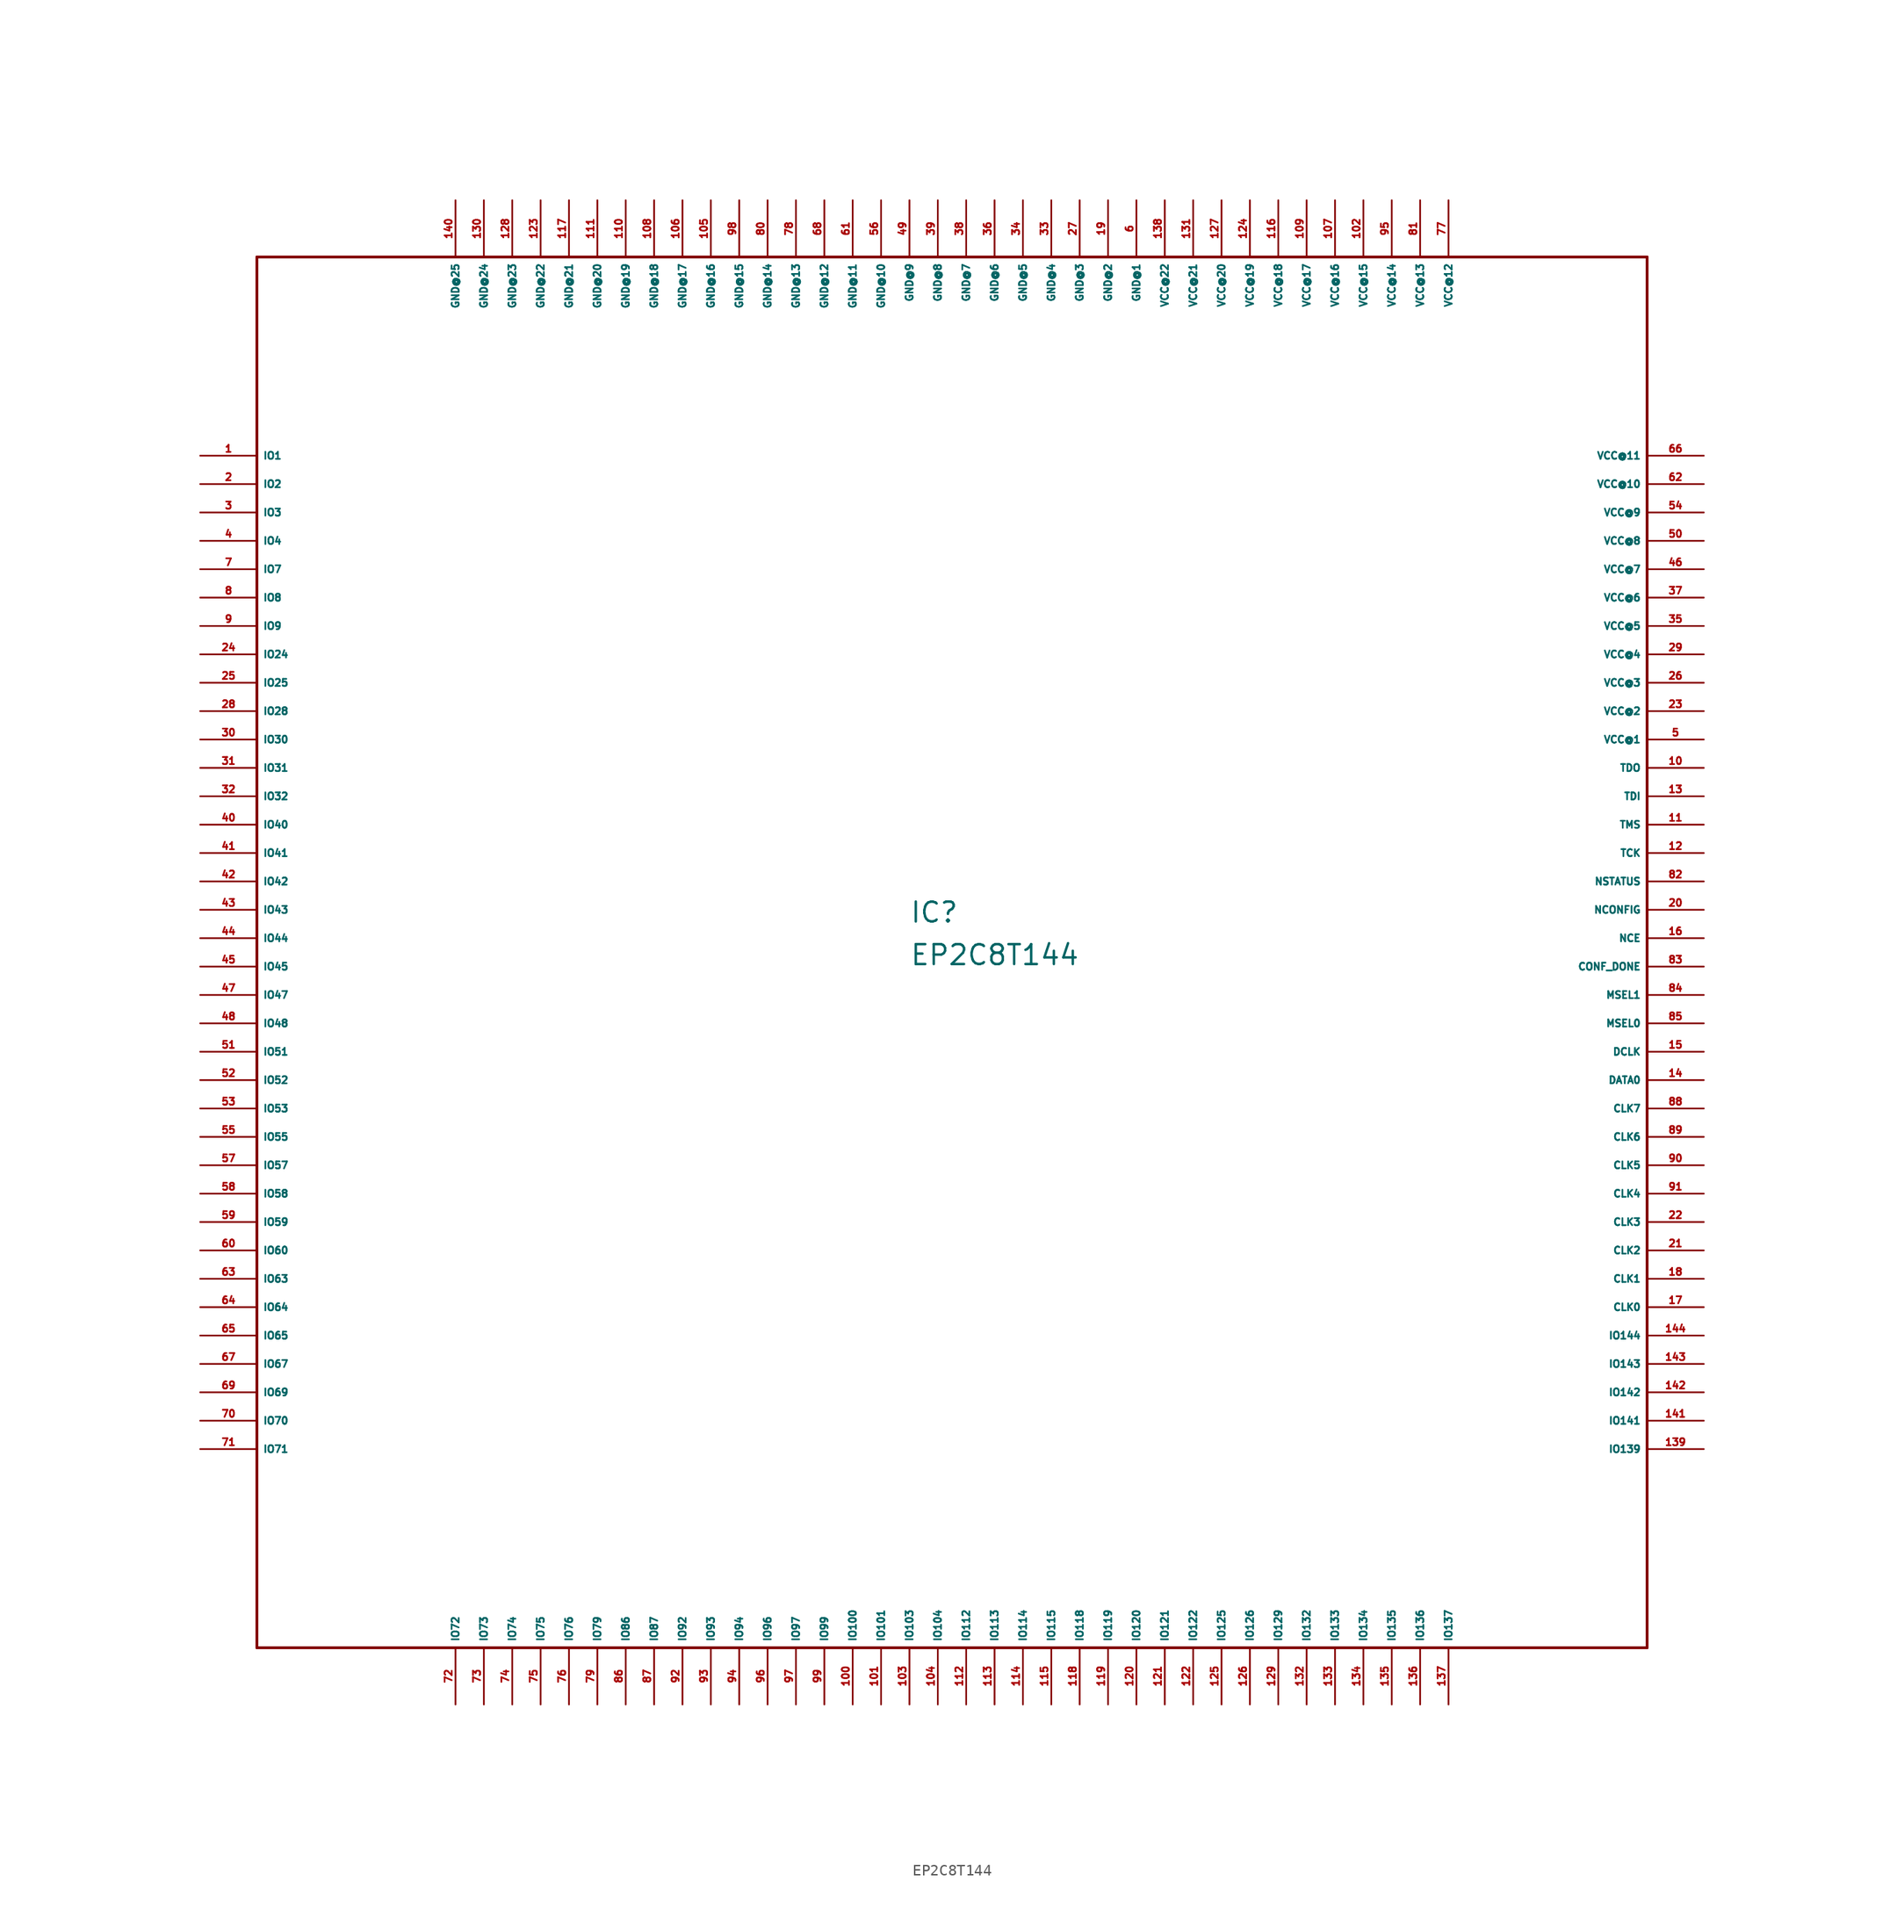
<source format=kicad_sym>
(kicad_symbol_lib
  (version 20220914)
  (generator Eagle2Kicad)
  (symbol "EP2C8T144"
    (property "Reference" "IC"
      (at -5.08 1.27 0)
      (effects (font (size 1.778 1.778) (thickness 0.22)) (justify left bottom)))
    (property "Value" "EP2C8T144"
      (at -5.08 -2.54 0)
      (effects (font (size 1.778 1.778) (thickness 0.22)) (justify left bottom)))
    (polyline
      (pts (xy -63.5 -63.5) (xy 60.96 -63.5))
      (stroke (width 0.254) (type default))
      (fill (type none)))
    (polyline
      (pts (xy 60.96 -63.5) (xy 60.96 60.96))
      (stroke (width 0.254) (type default))
      (fill (type none)))
    (polyline
      (pts (xy 60.96 60.96) (xy -63.5 60.96))
      (stroke (width 0.254) (type default))
      (fill (type none)))
    (polyline
      (pts (xy -63.5 60.96) (xy -63.5 -63.5))
      (stroke (width 0.254) (type default))
      (fill (type none)))
    (pin output line
      (at -68.58 43.18 0)
      (length 5.08)
      (name "IO1" (effects (font (size 0.635 0.635) (thickness 0.08)) (justify left bottom)))
      (number "1" (effects (font (size 0.635 0.635) (thickness 0.08)) (justify left bottom))))
    (pin output line
      (at -68.58 40.64 0)
      (length 5.08)
      (name "IO2" (effects (font (size 0.635 0.635) (thickness 0.08)) (justify left bottom)))
      (number "2" (effects (font (size 0.635 0.635) (thickness 0.08)) (justify left bottom))))
    (pin bidirectional line
      (at -68.58 38.1 0)
      (length 5.08)
      (name "IO3" (effects (font (size 0.635 0.635) (thickness 0.08)) (justify left bottom)))
      (number "3" (effects (font (size 0.635 0.635) (thickness 0.08)) (justify left bottom))))
    (pin bidirectional line
      (at -68.58 35.56 0)
      (length 5.08)
      (name "IO4" (effects (font (size 0.635 0.635) (thickness 0.08)) (justify left bottom)))
      (number "4" (effects (font (size 0.635 0.635) (thickness 0.08)) (justify left bottom))))
    (pin bidirectional line
      (at -68.58 33.02 0)
      (length 5.08)
      (name "IO7" (effects (font (size 0.635 0.635) (thickness 0.08)) (justify left bottom)))
      (number "7" (effects (font (size 0.635 0.635) (thickness 0.08)) (justify left bottom))))
    (pin bidirectional line
      (at -68.58 30.48 0)
      (length 5.08)
      (name "IO8" (effects (font (size 0.635 0.635) (thickness 0.08)) (justify left bottom)))
      (number "8" (effects (font (size 0.635 0.635) (thickness 0.08)) (justify left bottom))))
    (pin bidirectional line
      (at -68.58 27.94 0)
      (length 5.08)
      (name "IO9" (effects (font (size 0.635 0.635) (thickness 0.08)) (justify left bottom)))
      (number "9" (effects (font (size 0.635 0.635) (thickness 0.08)) (justify left bottom))))
    (pin bidirectional line
      (at -68.58 25.4 0)
      (length 5.08)
      (name "IO24" (effects (font (size 0.635 0.635) (thickness 0.08)) (justify left bottom)))
      (number "24" (effects (font (size 0.635 0.635) (thickness 0.08)) (justify left bottom))))
    (pin bidirectional line
      (at -68.58 22.86 0)
      (length 5.08)
      (name "IO25" (effects (font (size 0.635 0.635) (thickness 0.08)) (justify left bottom)))
      (number "25" (effects (font (size 0.635 0.635) (thickness 0.08)) (justify left bottom))))
    (pin bidirectional line
      (at -68.58 20.32 0)
      (length 5.08)
      (name "IO28" (effects (font (size 0.635 0.635) (thickness 0.08)) (justify left bottom)))
      (number "28" (effects (font (size 0.635 0.635) (thickness 0.08)) (justify left bottom))))
    (pin bidirectional line
      (at -68.58 17.78 0)
      (length 5.08)
      (name "IO30" (effects (font (size 0.635 0.635) (thickness 0.08)) (justify left bottom)))
      (number "30" (effects (font (size 0.635 0.635) (thickness 0.08)) (justify left bottom))))
    (pin bidirectional line
      (at -68.58 15.24 0)
      (length 5.08)
      (name "IO31" (effects (font (size 0.635 0.635) (thickness 0.08)) (justify left bottom)))
      (number "31" (effects (font (size 0.635 0.635) (thickness 0.08)) (justify left bottom))))
    (pin bidirectional line
      (at -68.58 12.7 0)
      (length 5.08)
      (name "IO32" (effects (font (size 0.635 0.635) (thickness 0.08)) (justify left bottom)))
      (number "32" (effects (font (size 0.635 0.635) (thickness 0.08)) (justify left bottom))))
    (pin bidirectional line
      (at -68.58 10.16 0)
      (length 5.08)
      (name "IO40" (effects (font (size 0.635 0.635) (thickness 0.08)) (justify left bottom)))
      (number "40" (effects (font (size 0.635 0.635) (thickness 0.08)) (justify left bottom))))
    (pin bidirectional line
      (at -68.58 7.62 0)
      (length 5.08)
      (name "IO41" (effects (font (size 0.635 0.635) (thickness 0.08)) (justify left bottom)))
      (number "41" (effects (font (size 0.635 0.635) (thickness 0.08)) (justify left bottom))))
    (pin bidirectional line
      (at -68.58 5.08 0)
      (length 5.08)
      (name "IO42" (effects (font (size 0.635 0.635) (thickness 0.08)) (justify left bottom)))
      (number "42" (effects (font (size 0.635 0.635) (thickness 0.08)) (justify left bottom))))
    (pin bidirectional line
      (at -68.58 2.54 0)
      (length 5.08)
      (name "IO43" (effects (font (size 0.635 0.635) (thickness 0.08)) (justify left bottom)))
      (number "43" (effects (font (size 0.635 0.635) (thickness 0.08)) (justify left bottom))))
    (pin bidirectional line
      (at -68.58 0 0)
      (length 5.08)
      (name "IO44" (effects (font (size 0.635 0.635) (thickness 0.08)) (justify left bottom)))
      (number "44" (effects (font (size 0.635 0.635) (thickness 0.08)) (justify left bottom))))
    (pin bidirectional line
      (at -68.58 -2.54 0)
      (length 5.08)
      (name "IO45" (effects (font (size 0.635 0.635) (thickness 0.08)) (justify left bottom)))
      (number "45" (effects (font (size 0.635 0.635) (thickness 0.08)) (justify left bottom))))
    (pin bidirectional line
      (at -68.58 -5.08 0)
      (length 5.08)
      (name "IO47" (effects (font (size 0.635 0.635) (thickness 0.08)) (justify left bottom)))
      (number "47" (effects (font (size 0.635 0.635) (thickness 0.08)) (justify left bottom))))
    (pin bidirectional line
      (at -68.58 -7.62 0)
      (length 5.08)
      (name "IO48" (effects (font (size 0.635 0.635) (thickness 0.08)) (justify left bottom)))
      (number "48" (effects (font (size 0.635 0.635) (thickness 0.08)) (justify left bottom))))
    (pin bidirectional line
      (at -68.58 -10.16 0)
      (length 5.08)
      (name "IO51" (effects (font (size 0.635 0.635) (thickness 0.08)) (justify left bottom)))
      (number "51" (effects (font (size 0.635 0.635) (thickness 0.08)) (justify left bottom))))
    (pin bidirectional line
      (at -68.58 -12.7 0)
      (length 5.08)
      (name "IO52" (effects (font (size 0.635 0.635) (thickness 0.08)) (justify left bottom)))
      (number "52" (effects (font (size 0.635 0.635) (thickness 0.08)) (justify left bottom))))
    (pin bidirectional line
      (at -68.58 -15.24 0)
      (length 5.08)
      (name "IO53" (effects (font (size 0.635 0.635) (thickness 0.08)) (justify left bottom)))
      (number "53" (effects (font (size 0.635 0.635) (thickness 0.08)) (justify left bottom))))
    (pin bidirectional line
      (at -68.58 -17.78 0)
      (length 5.08)
      (name "IO55" (effects (font (size 0.635 0.635) (thickness 0.08)) (justify left bottom)))
      (number "55" (effects (font (size 0.635 0.635) (thickness 0.08)) (justify left bottom))))
    (pin bidirectional line
      (at -68.58 -20.32 0)
      (length 5.08)
      (name "IO57" (effects (font (size 0.635 0.635) (thickness 0.08)) (justify left bottom)))
      (number "57" (effects (font (size 0.635 0.635) (thickness 0.08)) (justify left bottom))))
    (pin bidirectional line
      (at -68.58 -22.86 0)
      (length 5.08)
      (name "IO58" (effects (font (size 0.635 0.635) (thickness 0.08)) (justify left bottom)))
      (number "58" (effects (font (size 0.635 0.635) (thickness 0.08)) (justify left bottom))))
    (pin bidirectional line
      (at -68.58 -25.4 0)
      (length 5.08)
      (name "IO59" (effects (font (size 0.635 0.635) (thickness 0.08)) (justify left bottom)))
      (number "59" (effects (font (size 0.635 0.635) (thickness 0.08)) (justify left bottom))))
    (pin bidirectional line
      (at -68.58 -27.94 0)
      (length 5.08)
      (name "IO60" (effects (font (size 0.635 0.635) (thickness 0.08)) (justify left bottom)))
      (number "60" (effects (font (size 0.635 0.635) (thickness 0.08)) (justify left bottom))))
    (pin bidirectional line
      (at -68.58 -30.48 0)
      (length 5.08)
      (name "IO63" (effects (font (size 0.635 0.635) (thickness 0.08)) (justify left bottom)))
      (number "63" (effects (font (size 0.635 0.635) (thickness 0.08)) (justify left bottom))))
    (pin bidirectional line
      (at -68.58 -33.02 0)
      (length 5.08)
      (name "IO64" (effects (font (size 0.635 0.635) (thickness 0.08)) (justify left bottom)))
      (number "64" (effects (font (size 0.635 0.635) (thickness 0.08)) (justify left bottom))))
    (pin bidirectional line
      (at -68.58 -35.56 0)
      (length 5.08)
      (name "IO65" (effects (font (size 0.635 0.635) (thickness 0.08)) (justify left bottom)))
      (number "65" (effects (font (size 0.635 0.635) (thickness 0.08)) (justify left bottom))))
    (pin bidirectional line
      (at -68.58 -38.1 0)
      (length 5.08)
      (name "IO67" (effects (font (size 0.635 0.635) (thickness 0.08)) (justify left bottom)))
      (number "67" (effects (font (size 0.635 0.635) (thickness 0.08)) (justify left bottom))))
    (pin bidirectional line
      (at -68.58 -40.64 0)
      (length 5.08)
      (name "IO69" (effects (font (size 0.635 0.635) (thickness 0.08)) (justify left bottom)))
      (number "69" (effects (font (size 0.635 0.635) (thickness 0.08)) (justify left bottom))))
    (pin bidirectional line
      (at -68.58 -43.18 0)
      (length 5.08)
      (name "IO70" (effects (font (size 0.635 0.635) (thickness 0.08)) (justify left bottom)))
      (number "70" (effects (font (size 0.635 0.635) (thickness 0.08)) (justify left bottom))))
    (pin bidirectional line
      (at -68.58 -45.72 0)
      (length 5.08)
      (name "IO71" (effects (font (size 0.635 0.635) (thickness 0.08)) (justify left bottom)))
      (number "71" (effects (font (size 0.635 0.635) (thickness 0.08)) (justify left bottom))))
    (pin bidirectional line
      (at -45.72 -68.58 90)
      (length 5.08)
      (name "IO72" (effects (font (size 0.635 0.635) (thickness 0.08)) (justify left bottom)))
      (number "72" (effects (font (size 0.635 0.635) (thickness 0.08)) (justify left bottom))))
    (pin bidirectional line
      (at -43.18 -68.58 90)
      (length 5.08)
      (name "IO73" (effects (font (size 0.635 0.635) (thickness 0.08)) (justify left bottom)))
      (number "73" (effects (font (size 0.635 0.635) (thickness 0.08)) (justify left bottom))))
    (pin bidirectional line
      (at -40.64 -68.58 90)
      (length 5.08)
      (name "IO74" (effects (font (size 0.635 0.635) (thickness 0.08)) (justify left bottom)))
      (number "74" (effects (font (size 0.635 0.635) (thickness 0.08)) (justify left bottom))))
    (pin bidirectional line
      (at -38.1 -68.58 90)
      (length 5.08)
      (name "IO75" (effects (font (size 0.635 0.635) (thickness 0.08)) (justify left bottom)))
      (number "75" (effects (font (size 0.635 0.635) (thickness 0.08)) (justify left bottom))))
    (pin bidirectional line
      (at -35.56 -68.58 90)
      (length 5.08)
      (name "IO76" (effects (font (size 0.635 0.635) (thickness 0.08)) (justify left bottom)))
      (number "76" (effects (font (size 0.635 0.635) (thickness 0.08)) (justify left bottom))))
    (pin bidirectional line
      (at -33.02 -68.58 90)
      (length 5.08)
      (name "IO79" (effects (font (size 0.635 0.635) (thickness 0.08)) (justify left bottom)))
      (number "79" (effects (font (size 0.635 0.635) (thickness 0.08)) (justify left bottom))))
    (pin bidirectional line
      (at -30.48 -68.58 90)
      (length 5.08)
      (name "IO86" (effects (font (size 0.635 0.635) (thickness 0.08)) (justify left bottom)))
      (number "86" (effects (font (size 0.635 0.635) (thickness 0.08)) (justify left bottom))))
    (pin bidirectional line
      (at -27.94 -68.58 90)
      (length 5.08)
      (name "IO87" (effects (font (size 0.635 0.635) (thickness 0.08)) (justify left bottom)))
      (number "87" (effects (font (size 0.635 0.635) (thickness 0.08)) (justify left bottom))))
    (pin bidirectional line
      (at -25.4 -68.58 90)
      (length 5.08)
      (name "IO92" (effects (font (size 0.635 0.635) (thickness 0.08)) (justify left bottom)))
      (number "92" (effects (font (size 0.635 0.635) (thickness 0.08)) (justify left bottom))))
    (pin bidirectional line
      (at -22.86 -68.58 90)
      (length 5.08)
      (name "IO93" (effects (font (size 0.635 0.635) (thickness 0.08)) (justify left bottom)))
      (number "93" (effects (font (size 0.635 0.635) (thickness 0.08)) (justify left bottom))))
    (pin bidirectional line
      (at -20.32 -68.58 90)
      (length 5.08)
      (name "IO94" (effects (font (size 0.635 0.635) (thickness 0.08)) (justify left bottom)))
      (number "94" (effects (font (size 0.635 0.635) (thickness 0.08)) (justify left bottom))))
    (pin bidirectional line
      (at -17.78 -68.58 90)
      (length 5.08)
      (name "IO96" (effects (font (size 0.635 0.635) (thickness 0.08)) (justify left bottom)))
      (number "96" (effects (font (size 0.635 0.635) (thickness 0.08)) (justify left bottom))))
    (pin bidirectional line
      (at -15.24 -68.58 90)
      (length 5.08)
      (name "IO97" (effects (font (size 0.635 0.635) (thickness 0.08)) (justify left bottom)))
      (number "97" (effects (font (size 0.635 0.635) (thickness 0.08)) (justify left bottom))))
    (pin bidirectional line
      (at -12.7 -68.58 90)
      (length 5.08)
      (name "IO99" (effects (font (size 0.635 0.635) (thickness 0.08)) (justify left bottom)))
      (number "99" (effects (font (size 0.635 0.635) (thickness 0.08)) (justify left bottom))))
    (pin bidirectional line
      (at -10.16 -68.58 90)
      (length 5.08)
      (name "IO100" (effects (font (size 0.635 0.635) (thickness 0.08)) (justify left bottom)))
      (number "100" (effects (font (size 0.635 0.635) (thickness 0.08)) (justify left bottom))))
    (pin bidirectional line
      (at -7.62 -68.58 90)
      (length 5.08)
      (name "IO101" (effects (font (size 0.635 0.635) (thickness 0.08)) (justify left bottom)))
      (number "101" (effects (font (size 0.635 0.635) (thickness 0.08)) (justify left bottom))))
    (pin bidirectional line
      (at -5.08 -68.58 90)
      (length 5.08)
      (name "IO103" (effects (font (size 0.635 0.635) (thickness 0.08)) (justify left bottom)))
      (number "103" (effects (font (size 0.635 0.635) (thickness 0.08)) (justify left bottom))))
    (pin bidirectional line
      (at -2.54 -68.58 90)
      (length 5.08)
      (name "IO104" (effects (font (size 0.635 0.635) (thickness 0.08)) (justify left bottom)))
      (number "104" (effects (font (size 0.635 0.635) (thickness 0.08)) (justify left bottom))))
    (pin bidirectional line
      (at 0 -68.58 90)
      (length 5.08)
      (name "IO112" (effects (font (size 0.635 0.635) (thickness 0.08)) (justify left bottom)))
      (number "112" (effects (font (size 0.635 0.635) (thickness 0.08)) (justify left bottom))))
    (pin bidirectional line
      (at 2.54 -68.58 90)
      (length 5.08)
      (name "IO113" (effects (font (size 0.635 0.635) (thickness 0.08)) (justify left bottom)))
      (number "113" (effects (font (size 0.635 0.635) (thickness 0.08)) (justify left bottom))))
    (pin bidirectional line
      (at 5.08 -68.58 90)
      (length 5.08)
      (name "IO114" (effects (font (size 0.635 0.635) (thickness 0.08)) (justify left bottom)))
      (number "114" (effects (font (size 0.635 0.635) (thickness 0.08)) (justify left bottom))))
    (pin bidirectional line
      (at 7.62 -68.58 90)
      (length 5.08)
      (name "IO115" (effects (font (size 0.635 0.635) (thickness 0.08)) (justify left bottom)))
      (number "115" (effects (font (size 0.635 0.635) (thickness 0.08)) (justify left bottom))))
    (pin bidirectional line
      (at 10.16 -68.58 90)
      (length 5.08)
      (name "IO118" (effects (font (size 0.635 0.635) (thickness 0.08)) (justify left bottom)))
      (number "118" (effects (font (size 0.635 0.635) (thickness 0.08)) (justify left bottom))))
    (pin bidirectional line
      (at 12.7 -68.58 90)
      (length 5.08)
      (name "IO119" (effects (font (size 0.635 0.635) (thickness 0.08)) (justify left bottom)))
      (number "119" (effects (font (size 0.635 0.635) (thickness 0.08)) (justify left bottom))))
    (pin bidirectional line
      (at 15.24 -68.58 90)
      (length 5.08)
      (name "IO120" (effects (font (size 0.635 0.635) (thickness 0.08)) (justify left bottom)))
      (number "120" (effects (font (size 0.635 0.635) (thickness 0.08)) (justify left bottom))))
    (pin bidirectional line
      (at 17.78 -68.58 90)
      (length 5.08)
      (name "IO121" (effects (font (size 0.635 0.635) (thickness 0.08)) (justify left bottom)))
      (number "121" (effects (font (size 0.635 0.635) (thickness 0.08)) (justify left bottom))))
    (pin bidirectional line
      (at 20.32 -68.58 90)
      (length 5.08)
      (name "IO122" (effects (font (size 0.635 0.635) (thickness 0.08)) (justify left bottom)))
      (number "122" (effects (font (size 0.635 0.635) (thickness 0.08)) (justify left bottom))))
    (pin bidirectional line
      (at 22.86 -68.58 90)
      (length 5.08)
      (name "IO125" (effects (font (size 0.635 0.635) (thickness 0.08)) (justify left bottom)))
      (number "125" (effects (font (size 0.635 0.635) (thickness 0.08)) (justify left bottom))))
    (pin bidirectional line
      (at 25.4 -68.58 90)
      (length 5.08)
      (name "IO126" (effects (font (size 0.635 0.635) (thickness 0.08)) (justify left bottom)))
      (number "126" (effects (font (size 0.635 0.635) (thickness 0.08)) (justify left bottom))))
    (pin bidirectional line
      (at 27.94 -68.58 90)
      (length 5.08)
      (name "IO129" (effects (font (size 0.635 0.635) (thickness 0.08)) (justify left bottom)))
      (number "129" (effects (font (size 0.635 0.635) (thickness 0.08)) (justify left bottom))))
    (pin bidirectional line
      (at 30.48 -68.58 90)
      (length 5.08)
      (name "IO132" (effects (font (size 0.635 0.635) (thickness 0.08)) (justify left bottom)))
      (number "132" (effects (font (size 0.635 0.635) (thickness 0.08)) (justify left bottom))))
    (pin bidirectional line
      (at 33.02 -68.58 90)
      (length 5.08)
      (name "IO133" (effects (font (size 0.635 0.635) (thickness 0.08)) (justify left bottom)))
      (number "133" (effects (font (size 0.635 0.635) (thickness 0.08)) (justify left bottom))))
    (pin bidirectional line
      (at 35.56 -68.58 90)
      (length 5.08)
      (name "IO134" (effects (font (size 0.635 0.635) (thickness 0.08)) (justify left bottom)))
      (number "134" (effects (font (size 0.635 0.635) (thickness 0.08)) (justify left bottom))))
    (pin bidirectional line
      (at 38.1 -68.58 90)
      (length 5.08)
      (name "IO135" (effects (font (size 0.635 0.635) (thickness 0.08)) (justify left bottom)))
      (number "135" (effects (font (size 0.635 0.635) (thickness 0.08)) (justify left bottom))))
    (pin bidirectional line
      (at 40.64 -68.58 90)
      (length 5.08)
      (name "IO136" (effects (font (size 0.635 0.635) (thickness 0.08)) (justify left bottom)))
      (number "136" (effects (font (size 0.635 0.635) (thickness 0.08)) (justify left bottom))))
    (pin bidirectional line
      (at 43.18 -68.58 90)
      (length 5.08)
      (name "IO137" (effects (font (size 0.635 0.635) (thickness 0.08)) (justify left bottom)))
      (number "137" (effects (font (size 0.635 0.635) (thickness 0.08)) (justify left bottom))))
    (pin bidirectional line
      (at 66.04 -45.72 180)
      (length 5.08)
      (name "IO139" (effects (font (size 0.635 0.635) (thickness 0.08)) (justify left bottom)))
      (number "139" (effects (font (size 0.635 0.635) (thickness 0.08)) (justify left bottom))))
    (pin bidirectional line
      (at 66.04 -43.18 180)
      (length 5.08)
      (name "IO141" (effects (font (size 0.635 0.635) (thickness 0.08)) (justify left bottom)))
      (number "141" (effects (font (size 0.635 0.635) (thickness 0.08)) (justify left bottom))))
    (pin bidirectional line
      (at 66.04 -40.64 180)
      (length 5.08)
      (name "IO142" (effects (font (size 0.635 0.635) (thickness 0.08)) (justify left bottom)))
      (number "142" (effects (font (size 0.635 0.635) (thickness 0.08)) (justify left bottom))))
    (pin bidirectional line
      (at 66.04 -38.1 180)
      (length 5.08)
      (name "IO143" (effects (font (size 0.635 0.635) (thickness 0.08)) (justify left bottom)))
      (number "143" (effects (font (size 0.635 0.635) (thickness 0.08)) (justify left bottom))))
    (pin bidirectional line
      (at 66.04 -35.56 180)
      (length 5.08)
      (name "IO144" (effects (font (size 0.635 0.635) (thickness 0.08)) (justify left bottom)))
      (number "144" (effects (font (size 0.635 0.635) (thickness 0.08)) (justify left bottom))))
    (pin bidirectional line
      (at 66.04 -33.02 180)
      (length 5.08)
      (name "CLK0" (effects (font (size 0.635 0.635) (thickness 0.08)) (justify left bottom)))
      (number "17" (effects (font (size 0.635 0.635) (thickness 0.08)) (justify left bottom))))
    (pin bidirectional line
      (at 66.04 -30.48 180)
      (length 5.08)
      (name "CLK1" (effects (font (size 0.635 0.635) (thickness 0.08)) (justify left bottom)))
      (number "18" (effects (font (size 0.635 0.635) (thickness 0.08)) (justify left bottom))))
    (pin bidirectional line
      (at 66.04 -27.94 180)
      (length 5.08)
      (name "CLK2" (effects (font (size 0.635 0.635) (thickness 0.08)) (justify left bottom)))
      (number "21" (effects (font (size 0.635 0.635) (thickness 0.08)) (justify left bottom))))
    (pin bidirectional line
      (at 66.04 -25.4 180)
      (length 5.08)
      (name "CLK3" (effects (font (size 0.635 0.635) (thickness 0.08)) (justify left bottom)))
      (number "22" (effects (font (size 0.635 0.635) (thickness 0.08)) (justify left bottom))))
    (pin bidirectional line
      (at 66.04 -22.86 180)
      (length 5.08)
      (name "CLK4" (effects (font (size 0.635 0.635) (thickness 0.08)) (justify left bottom)))
      (number "91" (effects (font (size 0.635 0.635) (thickness 0.08)) (justify left bottom))))
    (pin bidirectional line
      (at 66.04 -20.32 180)
      (length 5.08)
      (name "CLK5" (effects (font (size 0.635 0.635) (thickness 0.08)) (justify left bottom)))
      (number "90" (effects (font (size 0.635 0.635) (thickness 0.08)) (justify left bottom))))
    (pin bidirectional line
      (at 66.04 -17.78 180)
      (length 5.08)
      (name "CLK6" (effects (font (size 0.635 0.635) (thickness 0.08)) (justify left bottom)))
      (number "89" (effects (font (size 0.635 0.635) (thickness 0.08)) (justify left bottom))))
    (pin bidirectional line
      (at 66.04 -15.24 180)
      (length 5.08)
      (name "CLK7" (effects (font (size 0.635 0.635) (thickness 0.08)) (justify left bottom)))
      (number "88" (effects (font (size 0.635 0.635) (thickness 0.08)) (justify left bottom))))
    (pin bidirectional line
      (at 66.04 -12.7 180)
      (length 5.08)
      (name "DATA0" (effects (font (size 0.635 0.635) (thickness 0.08)) (justify left bottom)))
      (number "14" (effects (font (size 0.635 0.635) (thickness 0.08)) (justify left bottom))))
    (pin bidirectional line
      (at 66.04 -10.16 180)
      (length 5.08)
      (name "DCLK" (effects (font (size 0.635 0.635) (thickness 0.08)) (justify left bottom)))
      (number "15" (effects (font (size 0.635 0.635) (thickness 0.08)) (justify left bottom))))
    (pin input line
      (at 66.04 -7.62 180)
      (length 5.08)
      (name "MSEL0" (effects (font (size 0.635 0.635) (thickness 0.08)) (justify left bottom)))
      (number "85" (effects (font (size 0.635 0.635) (thickness 0.08)) (justify left bottom))))
    (pin input line
      (at 66.04 -5.08 180)
      (length 5.08)
      (name "MSEL1" (effects (font (size 0.635 0.635) (thickness 0.08)) (justify left bottom)))
      (number "84" (effects (font (size 0.635 0.635) (thickness 0.08)) (justify left bottom))))
    (pin input line
      (at 66.04 -2.54 180)
      (length 5.08)
      (name "CONF_DONE" (effects (font (size 0.635 0.635) (thickness 0.08)) (justify left bottom)))
      (number "83" (effects (font (size 0.635 0.635) (thickness 0.08)) (justify left bottom))))
    (pin input line
      (at 66.04 0 180)
      (length 5.08)
      (name "NCE" (effects (font (size 0.635 0.635) (thickness 0.08)) (justify left bottom)))
      (number "16" (effects (font (size 0.635 0.635) (thickness 0.08)) (justify left bottom))))
    (pin input line
      (at 66.04 2.54 180)
      (length 5.08)
      (name "NCONFIG" (effects (font (size 0.635 0.635) (thickness 0.08)) (justify left bottom)))
      (number "20" (effects (font (size 0.635 0.635) (thickness 0.08)) (justify left bottom))))
    (pin input line
      (at 66.04 5.08 180)
      (length 5.08)
      (name "NSTATUS" (effects (font (size 0.635 0.635) (thickness 0.08)) (justify left bottom)))
      (number "82" (effects (font (size 0.635 0.635) (thickness 0.08)) (justify left bottom))))
    (pin input line
      (at 66.04 7.62 180)
      (length 5.08)
      (name "TCK" (effects (font (size 0.635 0.635) (thickness 0.08)) (justify left bottom)))
      (number "12" (effects (font (size 0.635 0.635) (thickness 0.08)) (justify left bottom))))
    (pin input line
      (at 66.04 10.16 180)
      (length 5.08)
      (name "TMS" (effects (font (size 0.635 0.635) (thickness 0.08)) (justify left bottom)))
      (number "11" (effects (font (size 0.635 0.635) (thickness 0.08)) (justify left bottom))))
    (pin input line
      (at 66.04 12.7 180)
      (length 5.08)
      (name "TDI" (effects (font (size 0.635 0.635) (thickness 0.08)) (justify left bottom)))
      (number "13" (effects (font (size 0.635 0.635) (thickness 0.08)) (justify left bottom))))
    (pin output line
      (at 66.04 15.24 180)
      (length 5.08)
      (name "TDO" (effects (font (size 0.635 0.635) (thickness 0.08)) (justify left bottom)))
      (number "10" (effects (font (size 0.635 0.635) (thickness 0.08)) (justify left bottom))))
    (pin unspecified line
      (at 66.04 17.78 180)
      (length 5.08)
      (name "VCC@1" (effects (font (size 0.635 0.635) (thickness 0.08)) (justify left bottom)))
      (number "5" (effects (font (size 0.635 0.635) (thickness 0.08)) (justify left bottom))))
    (pin unspecified line
      (at 66.04 20.32 180)
      (length 5.08)
      (name "VCC@2" (effects (font (size 0.635 0.635) (thickness 0.08)) (justify left bottom)))
      (number "23" (effects (font (size 0.635 0.635) (thickness 0.08)) (justify left bottom))))
    (pin unspecified line
      (at 66.04 22.86 180)
      (length 5.08)
      (name "VCC@3" (effects (font (size 0.635 0.635) (thickness 0.08)) (justify left bottom)))
      (number "26" (effects (font (size 0.635 0.635) (thickness 0.08)) (justify left bottom))))
    (pin unspecified line
      (at 66.04 25.4 180)
      (length 5.08)
      (name "VCC@4" (effects (font (size 0.635 0.635) (thickness 0.08)) (justify left bottom)))
      (number "29" (effects (font (size 0.635 0.635) (thickness 0.08)) (justify left bottom))))
    (pin unspecified line
      (at 66.04 27.94 180)
      (length 5.08)
      (name "VCC@5" (effects (font (size 0.635 0.635) (thickness 0.08)) (justify left bottom)))
      (number "35" (effects (font (size 0.635 0.635) (thickness 0.08)) (justify left bottom))))
    (pin unspecified line
      (at 66.04 30.48 180)
      (length 5.08)
      (name "VCC@6" (effects (font (size 0.635 0.635) (thickness 0.08)) (justify left bottom)))
      (number "37" (effects (font (size 0.635 0.635) (thickness 0.08)) (justify left bottom))))
    (pin unspecified line
      (at 66.04 33.02 180)
      (length 5.08)
      (name "VCC@7" (effects (font (size 0.635 0.635) (thickness 0.08)) (justify left bottom)))
      (number "46" (effects (font (size 0.635 0.635) (thickness 0.08)) (justify left bottom))))
    (pin unspecified line
      (at 66.04 35.56 180)
      (length 5.08)
      (name "VCC@8" (effects (font (size 0.635 0.635) (thickness 0.08)) (justify left bottom)))
      (number "50" (effects (font (size 0.635 0.635) (thickness 0.08)) (justify left bottom))))
    (pin unspecified line
      (at 66.04 38.1 180)
      (length 5.08)
      (name "VCC@9" (effects (font (size 0.635 0.635) (thickness 0.08)) (justify left bottom)))
      (number "54" (effects (font (size 0.635 0.635) (thickness 0.08)) (justify left bottom))))
    (pin unspecified line
      (at 66.04 40.64 180)
      (length 5.08)
      (name "VCC@10" (effects (font (size 0.635 0.635) (thickness 0.08)) (justify left bottom)))
      (number "62" (effects (font (size 0.635 0.635) (thickness 0.08)) (justify left bottom))))
    (pin unspecified line
      (at 66.04 43.18 180)
      (length 5.08)
      (name "VCC@11" (effects (font (size 0.635 0.635) (thickness 0.08)) (justify left bottom)))
      (number "66" (effects (font (size 0.635 0.635) (thickness 0.08)) (justify left bottom))))
    (pin unspecified line
      (at 43.18 66.04 270)
      (length 5.08)
      (name "VCC@12" (effects (font (size 0.635 0.635) (thickness 0.08)) (justify left bottom)))
      (number "77" (effects (font (size 0.635 0.635) (thickness 0.08)) (justify left bottom))))
    (pin unspecified line
      (at 40.64 66.04 270)
      (length 5.08)
      (name "VCC@13" (effects (font (size 0.635 0.635) (thickness 0.08)) (justify left bottom)))
      (number "81" (effects (font (size 0.635 0.635) (thickness 0.08)) (justify left bottom))))
    (pin unspecified line
      (at 38.1 66.04 270)
      (length 5.08)
      (name "VCC@14" (effects (font (size 0.635 0.635) (thickness 0.08)) (justify left bottom)))
      (number "95" (effects (font (size 0.635 0.635) (thickness 0.08)) (justify left bottom))))
    (pin unspecified line
      (at 35.56 66.04 270)
      (length 5.08)
      (name "VCC@15" (effects (font (size 0.635 0.635) (thickness 0.08)) (justify left bottom)))
      (number "102" (effects (font (size 0.635 0.635) (thickness 0.08)) (justify left bottom))))
    (pin unspecified line
      (at 33.02 66.04 270)
      (length 5.08)
      (name "VCC@16" (effects (font (size 0.635 0.635) (thickness 0.08)) (justify left bottom)))
      (number "107" (effects (font (size 0.635 0.635) (thickness 0.08)) (justify left bottom))))
    (pin unspecified line
      (at 30.48 66.04 270)
      (length 5.08)
      (name "VCC@17" (effects (font (size 0.635 0.635) (thickness 0.08)) (justify left bottom)))
      (number "109" (effects (font (size 0.635 0.635) (thickness 0.08)) (justify left bottom))))
    (pin unspecified line
      (at 27.94 66.04 270)
      (length 5.08)
      (name "VCC@18" (effects (font (size 0.635 0.635) (thickness 0.08)) (justify left bottom)))
      (number "116" (effects (font (size 0.635 0.635) (thickness 0.08)) (justify left bottom))))
    (pin unspecified line
      (at 25.4 66.04 270)
      (length 5.08)
      (name "VCC@19" (effects (font (size 0.635 0.635) (thickness 0.08)) (justify left bottom)))
      (number "124" (effects (font (size 0.635 0.635) (thickness 0.08)) (justify left bottom))))
    (pin unspecified line
      (at 22.86 66.04 270)
      (length 5.08)
      (name "VCC@20" (effects (font (size 0.635 0.635) (thickness 0.08)) (justify left bottom)))
      (number "127" (effects (font (size 0.635 0.635) (thickness 0.08)) (justify left bottom))))
    (pin unspecified line
      (at 20.32 66.04 270)
      (length 5.08)
      (name "VCC@21" (effects (font (size 0.635 0.635) (thickness 0.08)) (justify left bottom)))
      (number "131" (effects (font (size 0.635 0.635) (thickness 0.08)) (justify left bottom))))
    (pin unspecified line
      (at 17.78 66.04 270)
      (length 5.08)
      (name "VCC@22" (effects (font (size 0.635 0.635) (thickness 0.08)) (justify left bottom)))
      (number "138" (effects (font (size 0.635 0.635) (thickness 0.08)) (justify left bottom))))
    (pin unspecified line
      (at 15.24 66.04 270)
      (length 5.08)
      (name "GND@1" (effects (font (size 0.635 0.635) (thickness 0.08)) (justify left bottom)))
      (number "6" (effects (font (size 0.635 0.635) (thickness 0.08)) (justify left bottom))))
    (pin unspecified line
      (at 12.7 66.04 270)
      (length 5.08)
      (name "GND@2" (effects (font (size 0.635 0.635) (thickness 0.08)) (justify left bottom)))
      (number "19" (effects (font (size 0.635 0.635) (thickness 0.08)) (justify left bottom))))
    (pin unspecified line
      (at 10.16 66.04 270)
      (length 5.08)
      (name "GND@3" (effects (font (size 0.635 0.635) (thickness 0.08)) (justify left bottom)))
      (number "27" (effects (font (size 0.635 0.635) (thickness 0.08)) (justify left bottom))))
    (pin unspecified line
      (at 7.62 66.04 270)
      (length 5.08)
      (name "GND@4" (effects (font (size 0.635 0.635) (thickness 0.08)) (justify left bottom)))
      (number "33" (effects (font (size 0.635 0.635) (thickness 0.08)) (justify left bottom))))
    (pin unspecified line
      (at 5.08 66.04 270)
      (length 5.08)
      (name "GND@5" (effects (font (size 0.635 0.635) (thickness 0.08)) (justify left bottom)))
      (number "34" (effects (font (size 0.635 0.635) (thickness 0.08)) (justify left bottom))))
    (pin unspecified line
      (at 2.54 66.04 270)
      (length 5.08)
      (name "GND@6" (effects (font (size 0.635 0.635) (thickness 0.08)) (justify left bottom)))
      (number "36" (effects (font (size 0.635 0.635) (thickness 0.08)) (justify left bottom))))
    (pin unspecified line
      (at 0 66.04 270)
      (length 5.08)
      (name "GND@7" (effects (font (size 0.635 0.635) (thickness 0.08)) (justify left bottom)))
      (number "38" (effects (font (size 0.635 0.635) (thickness 0.08)) (justify left bottom))))
    (pin unspecified line
      (at -2.54 66.04 270)
      (length 5.08)
      (name "GND@8" (effects (font (size 0.635 0.635) (thickness 0.08)) (justify left bottom)))
      (number "39" (effects (font (size 0.635 0.635) (thickness 0.08)) (justify left bottom))))
    (pin unspecified line
      (at -5.08 66.04 270)
      (length 5.08)
      (name "GND@9" (effects (font (size 0.635 0.635) (thickness 0.08)) (justify left bottom)))
      (number "49" (effects (font (size 0.635 0.635) (thickness 0.08)) (justify left bottom))))
    (pin unspecified line
      (at -7.62 66.04 270)
      (length 5.08)
      (name "GND@10" (effects (font (size 0.635 0.635) (thickness 0.08)) (justify left bottom)))
      (number "56" (effects (font (size 0.635 0.635) (thickness 0.08)) (justify left bottom))))
    (pin unspecified line
      (at -10.16 66.04 270)
      (length 5.08)
      (name "GND@11" (effects (font (size 0.635 0.635) (thickness 0.08)) (justify left bottom)))
      (number "61" (effects (font (size 0.635 0.635) (thickness 0.08)) (justify left bottom))))
    (pin unspecified line
      (at -12.7 66.04 270)
      (length 5.08)
      (name "GND@12" (effects (font (size 0.635 0.635) (thickness 0.08)) (justify left bottom)))
      (number "68" (effects (font (size 0.635 0.635) (thickness 0.08)) (justify left bottom))))
    (pin unspecified line
      (at -15.24 66.04 270)
      (length 5.08)
      (name "GND@13" (effects (font (size 0.635 0.635) (thickness 0.08)) (justify left bottom)))
      (number "78" (effects (font (size 0.635 0.635) (thickness 0.08)) (justify left bottom))))
    (pin unspecified line
      (at -17.78 66.04 270)
      (length 5.08)
      (name "GND@14" (effects (font (size 0.635 0.635) (thickness 0.08)) (justify left bottom)))
      (number "80" (effects (font (size 0.635 0.635) (thickness 0.08)) (justify left bottom))))
    (pin unspecified line
      (at -20.32 66.04 270)
      (length 5.08)
      (name "GND@15" (effects (font (size 0.635 0.635) (thickness 0.08)) (justify left bottom)))
      (number "98" (effects (font (size 0.635 0.635) (thickness 0.08)) (justify left bottom))))
    (pin unspecified line
      (at -22.86 66.04 270)
      (length 5.08)
      (name "GND@16" (effects (font (size 0.635 0.635) (thickness 0.08)) (justify left bottom)))
      (number "105" (effects (font (size 0.635 0.635) (thickness 0.08)) (justify left bottom))))
    (pin unspecified line
      (at -25.4 66.04 270)
      (length 5.08)
      (name "GND@17" (effects (font (size 0.635 0.635) (thickness 0.08)) (justify left bottom)))
      (number "106" (effects (font (size 0.635 0.635) (thickness 0.08)) (justify left bottom))))
    (pin unspecified line
      (at -27.94 66.04 270)
      (length 5.08)
      (name "GND@18" (effects (font (size 0.635 0.635) (thickness 0.08)) (justify left bottom)))
      (number "108" (effects (font (size 0.635 0.635) (thickness 0.08)) (justify left bottom))))
    (pin unspecified line
      (at -30.48 66.04 270)
      (length 5.08)
      (name "GND@19" (effects (font (size 0.635 0.635) (thickness 0.08)) (justify left bottom)))
      (number "110" (effects (font (size 0.635 0.635) (thickness 0.08)) (justify left bottom))))
    (pin unspecified line
      (at -33.02 66.04 270)
      (length 5.08)
      (name "GND@20" (effects (font (size 0.635 0.635) (thickness 0.08)) (justify left bottom)))
      (number "111" (effects (font (size 0.635 0.635) (thickness 0.08)) (justify left bottom))))
    (pin unspecified line
      (at -35.56 66.04 270)
      (length 5.08)
      (name "GND@21" (effects (font (size 0.635 0.635) (thickness 0.08)) (justify left bottom)))
      (number "117" (effects (font (size 0.635 0.635) (thickness 0.08)) (justify left bottom))))
    (pin unspecified line
      (at -38.1 66.04 270)
      (length 5.08)
      (name "GND@22" (effects (font (size 0.635 0.635) (thickness 0.08)) (justify left bottom)))
      (number "123" (effects (font (size 0.635 0.635) (thickness 0.08)) (justify left bottom))))
    (pin unspecified line
      (at -40.64 66.04 270)
      (length 5.08)
      (name "GND@23" (effects (font (size 0.635 0.635) (thickness 0.08)) (justify left bottom)))
      (number "128" (effects (font (size 0.635 0.635) (thickness 0.08)) (justify left bottom))))
    (pin unspecified line
      (at -43.18 66.04 270)
      (length 5.08)
      (name "GND@24" (effects (font (size 0.635 0.635) (thickness 0.08)) (justify left bottom)))
      (number "130" (effects (font (size 0.635 0.635) (thickness 0.08)) (justify left bottom))))
    (pin unspecified line
      (at -45.72 66.04 270)
      (length 5.08)
      (name "GND@25" (effects (font (size 0.635 0.635) (thickness 0.08)) (justify left bottom)))
      (number "140" (effects (font (size 0.635 0.635) (thickness 0.08)) (justify left bottom))))))
</source>
